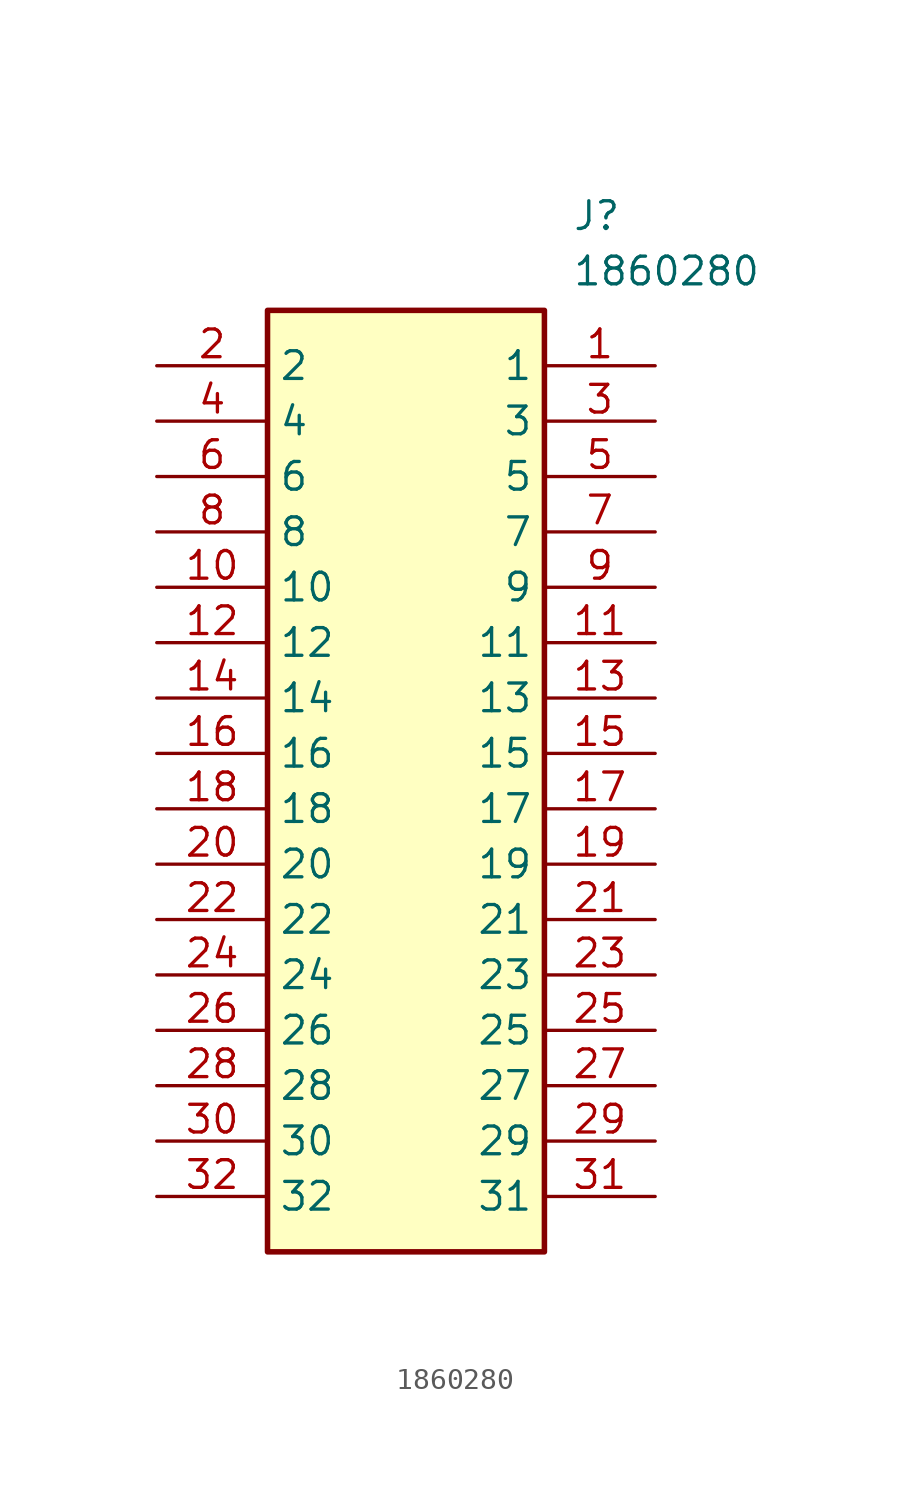
<source format=kicad_sym>
(kicad_symbol_lib
  (version 20211014)
  (generator SamacSys_ECAD_Model)
  (symbol "1860280"
    (property "Reference" "J"
      (at 19.05 7.62 0)
      (effects (font (size 1.27 1.27)) (justify left top)))
    (property "Value" "1860280"
      (at 19.05 5.08 0)
      (effects (font (size 1.27 1.27)) (justify left top)))
    (rectangle
      (start 5.08 2.54)
      (end 17.78 -40.64)
      (stroke (width 0.254) (type default))
      (fill (type background)))
    (pin passive line
      (at 22.86 0 180)
      (length 5.08)
      (name "1" (effects (font (size 1.27 1.27))))
      (number "1" (effects (font (size 1.27 1.27)))))
    (pin passive line
      (at 0 0 0)
      (length 5.08)
      (name "2" (effects (font (size 1.27 1.27))))
      (number "2" (effects (font (size 1.27 1.27)))))
    (pin passive line
      (at 22.86 -2.54 180)
      (length 5.08)
      (name "3" (effects (font (size 1.27 1.27))))
      (number "3" (effects (font (size 1.27 1.27)))))
    (pin passive line
      (at 0 -2.54 0)
      (length 5.08)
      (name "4" (effects (font (size 1.27 1.27))))
      (number "4" (effects (font (size 1.27 1.27)))))
    (pin passive line
      (at 22.86 -5.08 180)
      (length 5.08)
      (name "5" (effects (font (size 1.27 1.27))))
      (number "5" (effects (font (size 1.27 1.27)))))
    (pin passive line
      (at 0 -5.08 0)
      (length 5.08)
      (name "6" (effects (font (size 1.27 1.27))))
      (number "6" (effects (font (size 1.27 1.27)))))
    (pin passive line
      (at 22.86 -7.62 180)
      (length 5.08)
      (name "7" (effects (font (size 1.27 1.27))))
      (number "7" (effects (font (size 1.27 1.27)))))
    (pin passive line
      (at 0 -7.62 0)
      (length 5.08)
      (name "8" (effects (font (size 1.27 1.27))))
      (number "8" (effects (font (size 1.27 1.27)))))
    (pin passive line
      (at 22.86 -10.16 180)
      (length 5.08)
      (name "9" (effects (font (size 1.27 1.27))))
      (number "9" (effects (font (size 1.27 1.27)))))
    (pin passive line
      (at 0 -10.16 0)
      (length 5.08)
      (name "10" (effects (font (size 1.27 1.27))))
      (number "10" (effects (font (size 1.27 1.27)))))
    (pin passive line
      (at 22.86 -12.7 180)
      (length 5.08)
      (name "11" (effects (font (size 1.27 1.27))))
      (number "11" (effects (font (size 1.27 1.27)))))
    (pin passive line
      (at 0 -12.7 0)
      (length 5.08)
      (name "12" (effects (font (size 1.27 1.27))))
      (number "12" (effects (font (size 1.27 1.27)))))
    (pin passive line
      (at 22.86 -15.24 180)
      (length 5.08)
      (name "13" (effects (font (size 1.27 1.27))))
      (number "13" (effects (font (size 1.27 1.27)))))
    (pin passive line
      (at 0 -15.24 0)
      (length 5.08)
      (name "14" (effects (font (size 1.27 1.27))))
      (number "14" (effects (font (size 1.27 1.27)))))
    (pin passive line
      (at 22.86 -17.78 180)
      (length 5.08)
      (name "15" (effects (font (size 1.27 1.27))))
      (number "15" (effects (font (size 1.27 1.27)))))
    (pin passive line
      (at 0 -17.78 0)
      (length 5.08)
      (name "16" (effects (font (size 1.27 1.27))))
      (number "16" (effects (font (size 1.27 1.27)))))
    (pin passive line
      (at 22.86 -20.32 180)
      (length 5.08)
      (name "17" (effects (font (size 1.27 1.27))))
      (number "17" (effects (font (size 1.27 1.27)))))
    (pin passive line
      (at 0 -20.32 0)
      (length 5.08)
      (name "18" (effects (font (size 1.27 1.27))))
      (number "18" (effects (font (size 1.27 1.27)))))
    (pin passive line
      (at 22.86 -22.86 180)
      (length 5.08)
      (name "19" (effects (font (size 1.27 1.27))))
      (number "19" (effects (font (size 1.27 1.27)))))
    (pin passive line
      (at 0 -22.86 0)
      (length 5.08)
      (name "20" (effects (font (size 1.27 1.27))))
      (number "20" (effects (font (size 1.27 1.27)))))
    (pin passive line
      (at 22.86 -25.4 180)
      (length 5.08)
      (name "21" (effects (font (size 1.27 1.27))))
      (number "21" (effects (font (size 1.27 1.27)))))
    (pin passive line
      (at 0 -25.4 0)
      (length 5.08)
      (name "22" (effects (font (size 1.27 1.27))))
      (number "22" (effects (font (size 1.27 1.27)))))
    (pin passive line
      (at 22.86 -27.94 180)
      (length 5.08)
      (name "23" (effects (font (size 1.27 1.27))))
      (number "23" (effects (font (size 1.27 1.27)))))
    (pin passive line
      (at 0 -27.94 0)
      (length 5.08)
      (name "24" (effects (font (size 1.27 1.27))))
      (number "24" (effects (font (size 1.27 1.27)))))
    (pin passive line
      (at 22.86 -30.48 180)
      (length 5.08)
      (name "25" (effects (font (size 1.27 1.27))))
      (number "25" (effects (font (size 1.27 1.27)))))
    (pin passive line
      (at 0 -30.48 0)
      (length 5.08)
      (name "26" (effects (font (size 1.27 1.27))))
      (number "26" (effects (font (size 1.27 1.27)))))
    (pin passive line
      (at 22.86 -33.02 180)
      (length 5.08)
      (name "27" (effects (font (size 1.27 1.27))))
      (number "27" (effects (font (size 1.27 1.27)))))
    (pin passive line
      (at 0 -33.02 0)
      (length 5.08)
      (name "28" (effects (font (size 1.27 1.27))))
      (number "28" (effects (font (size 1.27 1.27)))))
    (pin passive line
      (at 22.86 -35.56 180)
      (length 5.08)
      (name "29" (effects (font (size 1.27 1.27))))
      (number "29" (effects (font (size 1.27 1.27)))))
    (pin passive line
      (at 0 -35.56 0)
      (length 5.08)
      (name "30" (effects (font (size 1.27 1.27))))
      (number "30" (effects (font (size 1.27 1.27)))))
    (pin passive line
      (at 22.86 -38.1 180)
      (length 5.08)
      (name "31" (effects (font (size 1.27 1.27))))
      (number "31" (effects (font (size 1.27 1.27)))))
    (pin passive line
      (at 0 -38.1 0)
      (length 5.08)
      (name "32" (effects (font (size 1.27 1.27))))
      (number "32" (effects (font (size 1.27 1.27)))))))
</source>
